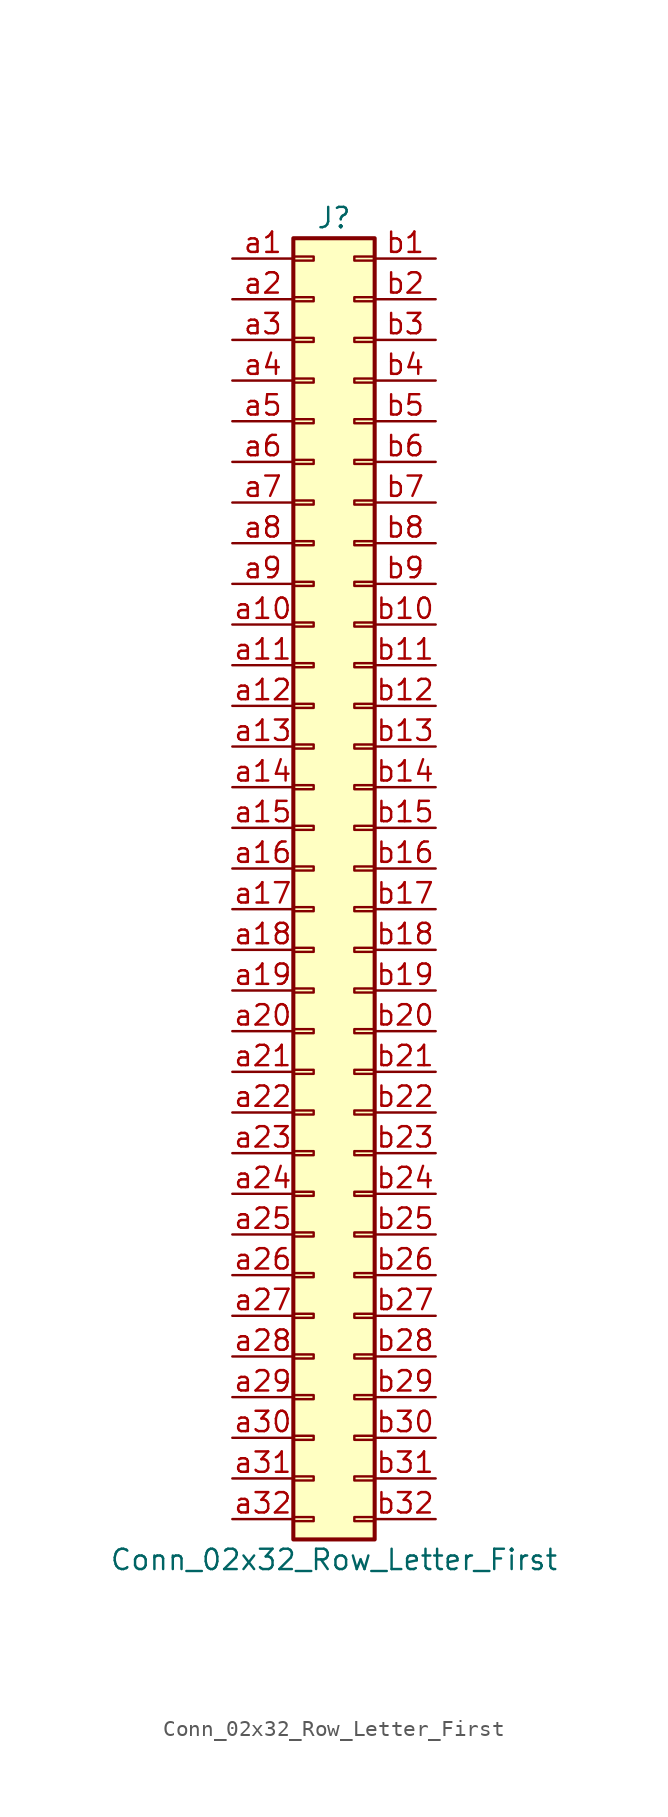
<source format=kicad_sym>
(kicad_symbol_lib
  (version 20220914)
  (generator kicad_symbol_editor)
  (symbol "Conn_02x32_Row_Letter_First"
    (pin_names
      (offset 1.016) hide)
    (property "Reference" "J"
      (at 1.27 40.64 0)
      (effects (font (size 1.27 1.27))))
    (property "Value" "Conn_02x32_Row_Letter_First"
      (at 1.27 -43.18 0)
      (effects (font (size 1.27 1.27))))
    (symbol "Conn_02x32_Row_Letter_First_1_1"
      (rectangle (start -1.27 -40.513) (end 0 -40.767) (stroke (width 0.152) (type default)) (fill (type none)))
      (rectangle (start -1.27 -37.973) (end 0 -38.227) (stroke (width 0.152) (type default)) (fill (type none)))
      (rectangle (start -1.27 -35.433) (end 0 -35.687) (stroke (width 0.152) (type default)) (fill (type none)))
      (rectangle (start -1.27 -32.893) (end 0 -33.147) (stroke (width 0.152) (type default)) (fill (type none)))
      (rectangle (start -1.27 -30.353) (end 0 -30.607) (stroke (width 0.152) (type default)) (fill (type none)))
      (rectangle (start -1.27 -27.813) (end 0 -28.067) (stroke (width 0.152) (type default)) (fill (type none)))
      (rectangle (start -1.27 -25.273) (end 0 -25.527) (stroke (width 0.152) (type default)) (fill (type none)))
      (rectangle (start -1.27 -22.733) (end 0 -22.987) (stroke (width 0.152) (type default)) (fill (type none)))
      (rectangle (start -1.27 -20.193) (end 0 -20.447) (stroke (width 0.152) (type default)) (fill (type none)))
      (rectangle (start -1.27 -17.653) (end 0 -17.907) (stroke (width 0.152) (type default)) (fill (type none)))
      (rectangle (start -1.27 -15.113) (end 0 -15.367) (stroke (width 0.152) (type default)) (fill (type none)))
      (rectangle (start -1.27 -12.573) (end 0 -12.827) (stroke (width 0.152) (type default)) (fill (type none)))
      (rectangle (start -1.27 -10.033) (end 0 -10.287) (stroke (width 0.152) (type default)) (fill (type none)))
      (rectangle (start -1.27 -7.493) (end 0 -7.747) (stroke (width 0.152) (type default)) (fill (type none)))
      (rectangle (start -1.27 -4.953) (end 0 -5.207) (stroke (width 0.152) (type default)) (fill (type none)))
      (rectangle (start -1.27 -2.413) (end 0 -2.667) (stroke (width 0.152) (type default)) (fill (type none)))
      (rectangle (start -1.27 0.127) (end 0 -0.127) (stroke (width 0.152) (type default)) (fill (type none)))
      (rectangle (start -1.27 2.667) (end 0 2.413) (stroke (width 0.152) (type default)) (fill (type none)))
      (rectangle (start -1.27 5.207) (end 0 4.953) (stroke (width 0.152) (type default)) (fill (type none)))
      (rectangle (start -1.27 7.747) (end 0 7.493) (stroke (width 0.152) (type default)) (fill (type none)))
      (rectangle (start -1.27 10.287) (end 0 10.033) (stroke (width 0.152) (type default)) (fill (type none)))
      (rectangle (start -1.27 12.827) (end 0 12.573) (stroke (width 0.152) (type default)) (fill (type none)))
      (rectangle (start -1.27 15.367) (end 0 15.113) (stroke (width 0.152) (type default)) (fill (type none)))
      (rectangle (start -1.27 17.907) (end 0 17.653) (stroke (width 0.152) (type default)) (fill (type none)))
      (rectangle (start -1.27 20.447) (end 0 20.193) (stroke (width 0.152) (type default)) (fill (type none)))
      (rectangle (start -1.27 22.987) (end 0 22.733) (stroke (width 0.152) (type default)) (fill (type none)))
      (rectangle (start -1.27 25.527) (end 0 25.273) (stroke (width 0.152) (type default)) (fill (type none)))
      (rectangle (start -1.27 28.067) (end 0 27.813) (stroke (width 0.152) (type default)) (fill (type none)))
      (rectangle (start -1.27 30.607) (end 0 30.353) (stroke (width 0.152) (type default)) (fill (type none)))
      (rectangle (start -1.27 33.147) (end 0 32.893) (stroke (width 0.152) (type default)) (fill (type none)))
      (rectangle (start -1.27 35.687) (end 0 35.433) (stroke (width 0.152) (type default)) (fill (type none)))
      (rectangle (start -1.27 38.227) (end 0 37.973) (stroke (width 0.152) (type default)) (fill (type none)))
      (rectangle (start -1.27 39.37) (end 3.81 -41.91) (stroke (width 0.254) (type default)) (fill (type background)))
      (rectangle (start 3.81 -40.513) (end 2.54 -40.767) (stroke (width 0.152) (type default)) (fill (type none)))
      (rectangle (start 3.81 -37.973) (end 2.54 -38.227) (stroke (width 0.152) (type default)) (fill (type none)))
      (rectangle (start 3.81 -35.433) (end 2.54 -35.687) (stroke (width 0.152) (type default)) (fill (type none)))
      (rectangle (start 3.81 -32.893) (end 2.54 -33.147) (stroke (width 0.152) (type default)) (fill (type none)))
      (rectangle (start 3.81 -30.353) (end 2.54 -30.607) (stroke (width 0.152) (type default)) (fill (type none)))
      (rectangle (start 3.81 -27.813) (end 2.54 -28.067) (stroke (width 0.152) (type default)) (fill (type none)))
      (rectangle (start 3.81 -25.273) (end 2.54 -25.527) (stroke (width 0.152) (type default)) (fill (type none)))
      (rectangle (start 3.81 -22.733) (end 2.54 -22.987) (stroke (width 0.152) (type default)) (fill (type none)))
      (rectangle (start 3.81 -20.193) (end 2.54 -20.447) (stroke (width 0.152) (type default)) (fill (type none)))
      (rectangle (start 3.81 -17.653) (end 2.54 -17.907) (stroke (width 0.152) (type default)) (fill (type none)))
      (rectangle (start 3.81 -15.113) (end 2.54 -15.367) (stroke (width 0.152) (type default)) (fill (type none)))
      (rectangle (start 3.81 -12.573) (end 2.54 -12.827) (stroke (width 0.152) (type default)) (fill (type none)))
      (rectangle (start 3.81 -10.033) (end 2.54 -10.287) (stroke (width 0.152) (type default)) (fill (type none)))
      (rectangle (start 3.81 -7.493) (end 2.54 -7.747) (stroke (width 0.152) (type default)) (fill (type none)))
      (rectangle (start 3.81 -4.953) (end 2.54 -5.207) (stroke (width 0.152) (type default)) (fill (type none)))
      (rectangle (start 3.81 -2.413) (end 2.54 -2.667) (stroke (width 0.152) (type default)) (fill (type none)))
      (rectangle (start 3.81 0.127) (end 2.54 -0.127) (stroke (width 0.152) (type default)) (fill (type none)))
      (rectangle (start 3.81 2.667) (end 2.54 2.413) (stroke (width 0.152) (type default)) (fill (type none)))
      (rectangle (start 3.81 5.207) (end 2.54 4.953) (stroke (width 0.152) (type default)) (fill (type none)))
      (rectangle (start 3.81 7.747) (end 2.54 7.493) (stroke (width 0.152) (type default)) (fill (type none)))
      (rectangle (start 3.81 10.287) (end 2.54 10.033) (stroke (width 0.152) (type default)) (fill (type none)))
      (rectangle (start 3.81 12.827) (end 2.54 12.573) (stroke (width 0.152) (type default)) (fill (type none)))
      (rectangle (start 3.81 15.367) (end 2.54 15.113) (stroke (width 0.152) (type default)) (fill (type none)))
      (rectangle (start 3.81 17.907) (end 2.54 17.653) (stroke (width 0.152) (type default)) (fill (type none)))
      (rectangle (start 3.81 20.447) (end 2.54 20.193) (stroke (width 0.152) (type default)) (fill (type none)))
      (rectangle (start 3.81 22.987) (end 2.54 22.733) (stroke (width 0.152) (type default)) (fill (type none)))
      (rectangle (start 3.81 25.527) (end 2.54 25.273) (stroke (width 0.152) (type default)) (fill (type none)))
      (rectangle (start 3.81 28.067) (end 2.54 27.813) (stroke (width 0.152) (type default)) (fill (type none)))
      (rectangle (start 3.81 30.607) (end 2.54 30.353) (stroke (width 0.152) (type default)) (fill (type none)))
      (rectangle (start 3.81 33.147) (end 2.54 32.893) (stroke (width 0.152) (type default)) (fill (type none)))
      (rectangle (start 3.81 35.687) (end 2.54 35.433) (stroke (width 0.152) (type default)) (fill (type none)))
      (rectangle (start 3.81 38.227) (end 2.54 37.973) (stroke (width 0.152) (type default)) (fill (type none)))
      (pin passive line (at -5.08 38.1 0) (length 3.81) (name "Pin_a1" (effects (font (size 1.27 1.27)))) (number "a1" (effects (font (size 1.27 1.27)))))
      (pin passive line (at -5.08 15.24 0) (length 3.81) (name "Pin_a10" (effects (font (size 1.27 1.27)))) (number "a10" (effects (font (size 1.27 1.27)))))
      (pin passive line (at -5.08 12.7 0) (length 3.81) (name "Pin_a11" (effects (font (size 1.27 1.27)))) (number "a11" (effects (font (size 1.27 1.27)))))
      (pin passive line (at -5.08 10.16 0) (length 3.81) (name "Pin_a12" (effects (font (size 1.27 1.27)))) (number "a12" (effects (font (size 1.27 1.27)))))
      (pin passive line (at -5.08 7.62 0) (length 3.81) (name "Pin_a13" (effects (font (size 1.27 1.27)))) (number "a13" (effects (font (size 1.27 1.27)))))
      (pin passive line (at -5.08 5.08 0) (length 3.81) (name "Pin_a14" (effects (font (size 1.27 1.27)))) (number "a14" (effects (font (size 1.27 1.27)))))
      (pin passive line (at -5.08 2.54 0) (length 3.81) (name "Pin_a15" (effects (font (size 1.27 1.27)))) (number "a15" (effects (font (size 1.27 1.27)))))
      (pin passive line (at -5.08 0 0) (length 3.81) (name "Pin_a16" (effects (font (size 1.27 1.27)))) (number "a16" (effects (font (size 1.27 1.27)))))
      (pin passive line (at -5.08 -2.54 0) (length 3.81) (name "Pin_a17" (effects (font (size 1.27 1.27)))) (number "a17" (effects (font (size 1.27 1.27)))))
      (pin passive line (at -5.08 -5.08 0) (length 3.81) (name "Pin_a18" (effects (font (size 1.27 1.27)))) (number "a18" (effects (font (size 1.27 1.27)))))
      (pin passive line (at -5.08 -7.62 0) (length 3.81) (name "Pin_a19" (effects (font (size 1.27 1.27)))) (number "a19" (effects (font (size 1.27 1.27)))))
      (pin passive line (at -5.08 35.56 0) (length 3.81) (name "Pin_a2" (effects (font (size 1.27 1.27)))) (number "a2" (effects (font (size 1.27 1.27)))))
      (pin passive line (at -5.08 -10.16 0) (length 3.81) (name "Pin_a20" (effects (font (size 1.27 1.27)))) (number "a20" (effects (font (size 1.27 1.27)))))
      (pin passive line (at -5.08 -12.7 0) (length 3.81) (name "Pin_a21" (effects (font (size 1.27 1.27)))) (number "a21" (effects (font (size 1.27 1.27)))))
      (pin passive line (at -5.08 -15.24 0) (length 3.81) (name "Pin_a22" (effects (font (size 1.27 1.27)))) (number "a22" (effects (font (size 1.27 1.27)))))
      (pin passive line (at -5.08 -17.78 0) (length 3.81) (name "Pin_a23" (effects (font (size 1.27 1.27)))) (number "a23" (effects (font (size 1.27 1.27)))))
      (pin passive line (at -5.08 -20.32 0) (length 3.81) (name "Pin_a24" (effects (font (size 1.27 1.27)))) (number "a24" (effects (font (size 1.27 1.27)))))
      (pin passive line (at -5.08 -22.86 0) (length 3.81) (name "Pin_a25" (effects (font (size 1.27 1.27)))) (number "a25" (effects (font (size 1.27 1.27)))))
      (pin passive line (at -5.08 -25.4 0) (length 3.81) (name "Pin_a26" (effects (font (size 1.27 1.27)))) (number "a26" (effects (font (size 1.27 1.27)))))
      (pin passive line (at -5.08 -27.94 0) (length 3.81) (name "Pin_a27" (effects (font (size 1.27 1.27)))) (number "a27" (effects (font (size 1.27 1.27)))))
      (pin passive line (at -5.08 -30.48 0) (length 3.81) (name "Pin_a28" (effects (font (size 1.27 1.27)))) (number "a28" (effects (font (size 1.27 1.27)))))
      (pin passive line (at -5.08 -33.02 0) (length 3.81) (name "Pin_a29" (effects (font (size 1.27 1.27)))) (number "a29" (effects (font (size 1.27 1.27)))))
      (pin passive line (at -5.08 33.02 0) (length 3.81) (name "Pin_a3" (effects (font (size 1.27 1.27)))) (number "a3" (effects (font (size 1.27 1.27)))))
      (pin passive line (at -5.08 -35.56 0) (length 3.81) (name "Pin_a30" (effects (font (size 1.27 1.27)))) (number "a30" (effects (font (size 1.27 1.27)))))
      (pin passive line (at -5.08 -38.1 0) (length 3.81) (name "Pin_a31" (effects (font (size 1.27 1.27)))) (number "a31" (effects (font (size 1.27 1.27)))))
      (pin passive line (at -5.08 -40.64 0) (length 3.81) (name "Pin_a32" (effects (font (size 1.27 1.27)))) (number "a32" (effects (font (size 1.27 1.27)))))
      (pin passive line (at -5.08 30.48 0) (length 3.81) (name "Pin_a4" (effects (font (size 1.27 1.27)))) (number "a4" (effects (font (size 1.27 1.27)))))
      (pin passive line (at -5.08 27.94 0) (length 3.81) (name "Pin_a5" (effects (font (size 1.27 1.27)))) (number "a5" (effects (font (size 1.27 1.27)))))
      (pin passive line (at -5.08 25.4 0) (length 3.81) (name "Pin_a6" (effects (font (size 1.27 1.27)))) (number "a6" (effects (font (size 1.27 1.27)))))
      (pin passive line (at -5.08 22.86 0) (length 3.81) (name "Pin_a7" (effects (font (size 1.27 1.27)))) (number "a7" (effects (font (size 1.27 1.27)))))
      (pin passive line (at -5.08 20.32 0) (length 3.81) (name "Pin_a8" (effects (font (size 1.27 1.27)))) (number "a8" (effects (font (size 1.27 1.27)))))
      (pin passive line (at -5.08 17.78 0) (length 3.81) (name "Pin_a9" (effects (font (size 1.27 1.27)))) (number "a9" (effects (font (size 1.27 1.27)))))
      (pin passive line (at 7.62 38.1 180) (length 3.81) (name "Pin_b1" (effects (font (size 1.27 1.27)))) (number "b1" (effects (font (size 1.27 1.27)))))
      (pin passive line (at 7.62 15.24 180) (length 3.81) (name "Pin_b10" (effects (font (size 1.27 1.27)))) (number "b10" (effects (font (size 1.27 1.27)))))
      (pin passive line (at 7.62 12.7 180) (length 3.81) (name "Pin_b11" (effects (font (size 1.27 1.27)))) (number "b11" (effects (font (size 1.27 1.27)))))
      (pin passive line (at 7.62 10.16 180) (length 3.81) (name "Pin_b12" (effects (font (size 1.27 1.27)))) (number "b12" (effects (font (size 1.27 1.27)))))
      (pin passive line (at 7.62 7.62 180) (length 3.81) (name "Pin_b13" (effects (font (size 1.27 1.27)))) (number "b13" (effects (font (size 1.27 1.27)))))
      (pin passive line (at 7.62 5.08 180) (length 3.81) (name "Pin_b14" (effects (font (size 1.27 1.27)))) (number "b14" (effects (font (size 1.27 1.27)))))
      (pin passive line (at 7.62 2.54 180) (length 3.81) (name "Pin_b15" (effects (font (size 1.27 1.27)))) (number "b15" (effects (font (size 1.27 1.27)))))
      (pin passive line (at 7.62 0 180) (length 3.81) (name "Pin_b16" (effects (font (size 1.27 1.27)))) (number "b16" (effects (font (size 1.27 1.27)))))
      (pin passive line (at 7.62 -2.54 180) (length 3.81) (name "Pin_b17" (effects (font (size 1.27 1.27)))) (number "b17" (effects (font (size 1.27 1.27)))))
      (pin passive line (at 7.62 -5.08 180) (length 3.81) (name "Pin_b18" (effects (font (size 1.27 1.27)))) (number "b18" (effects (font (size 1.27 1.27)))))
      (pin passive line (at 7.62 -7.62 180) (length 3.81) (name "Pin_b19" (effects (font (size 1.27 1.27)))) (number "b19" (effects (font (size 1.27 1.27)))))
      (pin passive line (at 7.62 35.56 180) (length 3.81) (name "Pin_b2" (effects (font (size 1.27 1.27)))) (number "b2" (effects (font (size 1.27 1.27)))))
      (pin passive line (at 7.62 -10.16 180) (length 3.81) (name "Pin_b20" (effects (font (size 1.27 1.27)))) (number "b20" (effects (font (size 1.27 1.27)))))
      (pin passive line (at 7.62 -12.7 180) (length 3.81) (name "Pin_b21" (effects (font (size 1.27 1.27)))) (number "b21" (effects (font (size 1.27 1.27)))))
      (pin passive line (at 7.62 -15.24 180) (length 3.81) (name "Pin_b22" (effects (font (size 1.27 1.27)))) (number "b22" (effects (font (size 1.27 1.27)))))
      (pin passive line (at 7.62 -17.78 180) (length 3.81) (name "Pin_b23" (effects (font (size 1.27 1.27)))) (number "b23" (effects (font (size 1.27 1.27)))))
      (pin passive line (at 7.62 -20.32 180) (length 3.81) (name "Pin_b24" (effects (font (size 1.27 1.27)))) (number "b24" (effects (font (size 1.27 1.27)))))
      (pin passive line (at 7.62 -22.86 180) (length 3.81) (name "Pin_b25" (effects (font (size 1.27 1.27)))) (number "b25" (effects (font (size 1.27 1.27)))))
      (pin passive line (at 7.62 -25.4 180) (length 3.81) (name "Pin_b26" (effects (font (size 1.27 1.27)))) (number "b26" (effects (font (size 1.27 1.27)))))
      (pin passive line (at 7.62 -27.94 180) (length 3.81) (name "Pin_b27" (effects (font (size 1.27 1.27)))) (number "b27" (effects (font (size 1.27 1.27)))))
      (pin passive line (at 7.62 -30.48 180) (length 3.81) (name "Pin_b28" (effects (font (size 1.27 1.27)))) (number "b28" (effects (font (size 1.27 1.27)))))
      (pin passive line (at 7.62 -33.02 180) (length 3.81) (name "Pin_b29" (effects (font (size 1.27 1.27)))) (number "b29" (effects (font (size 1.27 1.27)))))
      (pin passive line (at 7.62 33.02 180) (length 3.81) (name "Pin_b3" (effects (font (size 1.27 1.27)))) (number "b3" (effects (font (size 1.27 1.27)))))
      (pin passive line (at 7.62 -35.56 180) (length 3.81) (name "Pin_b30" (effects (font (size 1.27 1.27)))) (number "b30" (effects (font (size 1.27 1.27)))))
      (pin passive line (at 7.62 -38.1 180) (length 3.81) (name "Pin_b31" (effects (font (size 1.27 1.27)))) (number "b31" (effects (font (size 1.27 1.27)))))
      (pin passive line (at 7.62 -40.64 180) (length 3.81) (name "Pin_b32" (effects (font (size 1.27 1.27)))) (number "b32" (effects (font (size 1.27 1.27)))))
      (pin passive line (at 7.62 30.48 180) (length 3.81) (name "Pin_b4" (effects (font (size 1.27 1.27)))) (number "b4" (effects (font (size 1.27 1.27)))))
      (pin passive line (at 7.62 27.94 180) (length 3.81) (name "Pin_b5" (effects (font (size 1.27 1.27)))) (number "b5" (effects (font (size 1.27 1.27)))))
      (pin passive line (at 7.62 25.4 180) (length 3.81) (name "Pin_b6" (effects (font (size 1.27 1.27)))) (number "b6" (effects (font (size 1.27 1.27)))))
      (pin passive line (at 7.62 22.86 180) (length 3.81) (name "Pin_b7" (effects (font (size 1.27 1.27)))) (number "b7" (effects (font (size 1.27 1.27)))))
      (pin passive line (at 7.62 20.32 180) (length 3.81) (name "Pin_b8" (effects (font (size 1.27 1.27)))) (number "b8" (effects (font (size 1.27 1.27)))))
      (pin passive line (at 7.62 17.78 180) (length 3.81) (name "Pin_b9" (effects (font (size 1.27 1.27)))) (number "b9" (effects (font (size 1.27 1.27))))))))
</source>
